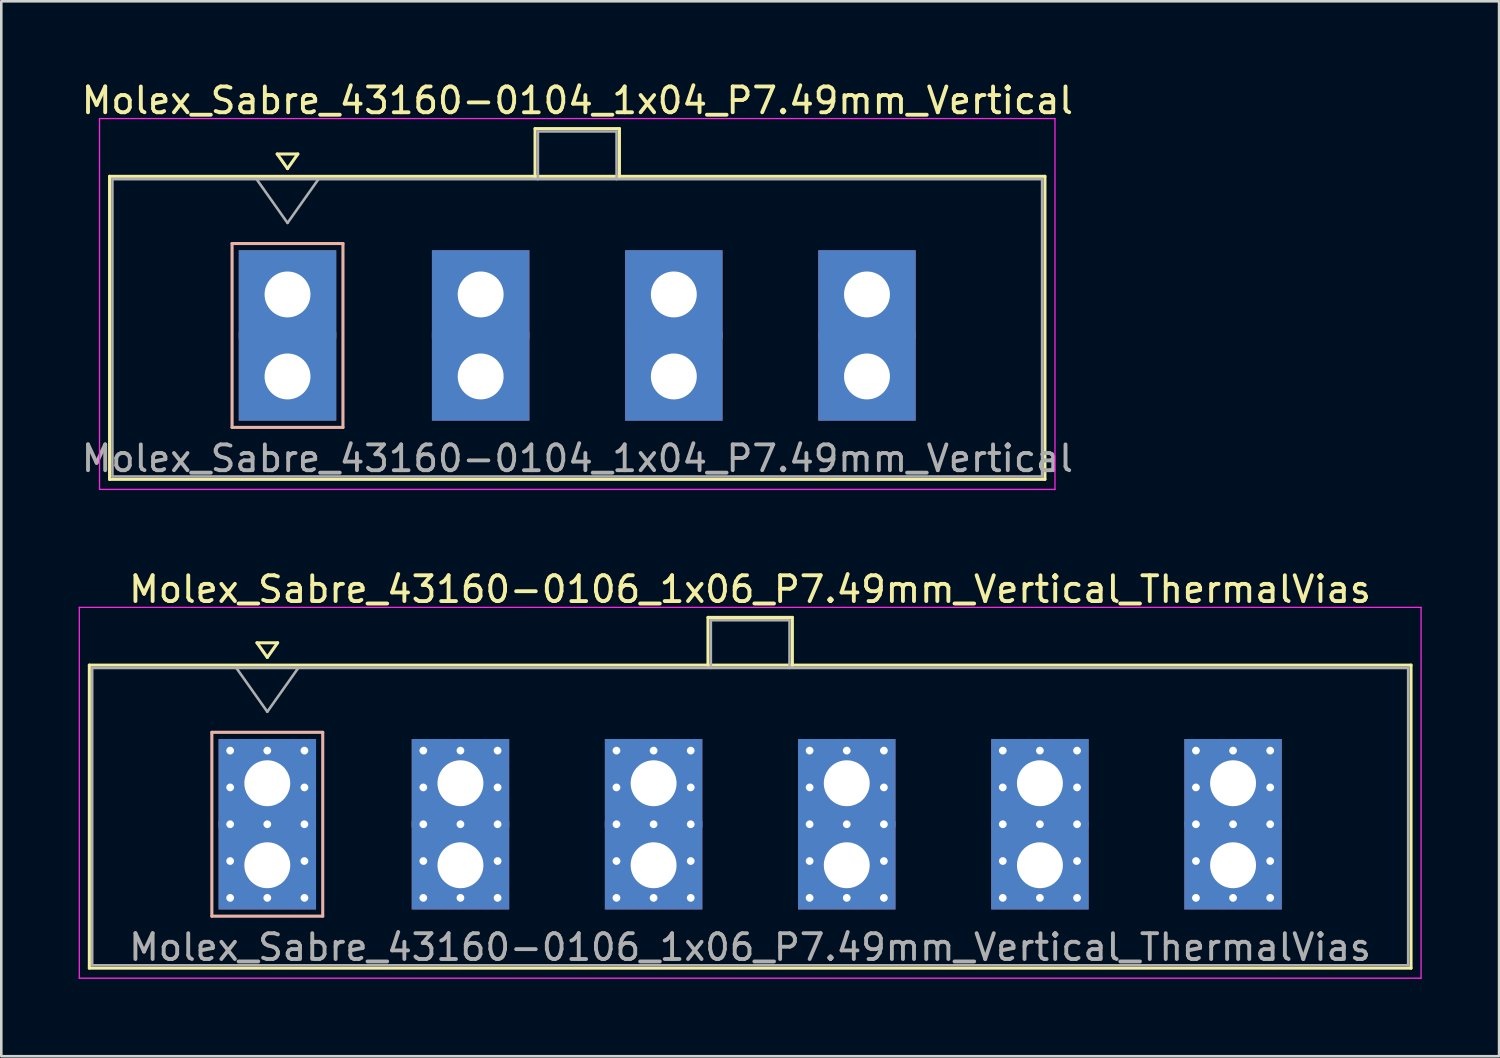
<source format=kicad_pcb>
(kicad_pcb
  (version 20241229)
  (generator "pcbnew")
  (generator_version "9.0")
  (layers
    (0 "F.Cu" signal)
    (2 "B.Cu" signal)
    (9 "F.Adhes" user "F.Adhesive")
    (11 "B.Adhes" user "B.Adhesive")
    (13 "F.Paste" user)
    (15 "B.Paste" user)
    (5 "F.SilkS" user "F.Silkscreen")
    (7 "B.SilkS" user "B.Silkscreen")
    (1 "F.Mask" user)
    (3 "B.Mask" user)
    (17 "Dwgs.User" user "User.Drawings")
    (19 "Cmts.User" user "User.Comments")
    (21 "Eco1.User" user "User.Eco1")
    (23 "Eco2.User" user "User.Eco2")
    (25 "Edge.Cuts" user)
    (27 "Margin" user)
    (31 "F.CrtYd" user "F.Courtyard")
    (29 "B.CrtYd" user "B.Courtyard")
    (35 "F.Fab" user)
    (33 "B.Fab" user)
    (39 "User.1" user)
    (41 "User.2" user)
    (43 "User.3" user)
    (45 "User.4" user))
  (footprint "Molex_Sabre_43160-0106_1x06_P7.49mm_Vertical_ThermalVias"
    (layer "F.Cu")
    (at 7.315 30.502)
    (property "Reference" "Molex_Sabre_43160-0106_1x06_P7.49mm_Vertical_ThermalVias" (at 18.72 -10.7 0) (layer "F.SilkS") (effects (font (size 1 1) (thickness 0.15))))
    (attr through_hole)
    (fp_line (start -6.9 -7.76) (end -6.9 3.99) (stroke (width 0.12) (type solid)) (layer "F.SilkS"))
    (fp_line (start -6.9 3.99) (end 44.35 3.99) (stroke (width 0.12) (type solid)) (layer "F.SilkS"))
    (fp_line (start -0.4 -8.626) (end 0 -8.06) (stroke (width 0.12) (type solid)) (layer "F.SilkS"))
    (fp_line (start 0 -8.06) (end 0.4 -8.626) (stroke (width 0.12) (type solid)) (layer "F.SilkS"))
    (fp_line (start 0.4 -8.626) (end -0.4 -8.626) (stroke (width 0.12) (type solid)) (layer "F.SilkS"))
    (fp_line (start 17.09 -9.61) (end 20.36 -9.61) (stroke (width 0.12) (type solid)) (layer "F.SilkS"))
    (fp_line (start 17.09 -7.76) (end 17.09 -9.61) (stroke (width 0.12) (type solid)) (layer "F.SilkS"))
    (fp_line (start 20.36 -9.61) (end 20.36 -7.76) (stroke (width 0.12) (type solid)) (layer "F.SilkS"))
    (fp_line (start 44.35 -7.76) (end -6.9 -7.76) (stroke (width 0.12) (type solid)) (layer "F.SilkS"))
    (fp_line (start 44.35 3.99) (end 44.35 -7.76) (stroke (width 0.12) (type solid)) (layer "F.SilkS"))
    (fp_line (start -2.15 -5.155) (end -2.15 1.975) (stroke (width 0.12) (type solid)) (layer "B.SilkS"))
    (fp_line (start -2.15 1.975) (end 2.15 1.975) (stroke (width 0.12) (type solid)) (layer "B.SilkS"))
    (fp_line (start 2.15 -5.155) (end -2.15 -5.155) (stroke (width 0.12) (type solid)) (layer "B.SilkS"))
    (fp_line (start 2.15 1.975) (end 2.15 -5.155) (stroke (width 0.12) (type solid)) (layer "B.SilkS"))
    (fp_line (start -7.29 -10) (end -7.29 4.38) (stroke (width 0.05) (type solid)) (layer "F.CrtYd"))
    (fp_line (start -7.29 4.38) (end 44.74 4.38) (stroke (width 0.05) (type solid)) (layer "F.CrtYd"))
    (fp_line (start 44.74 -10) (end -7.29 -10) (stroke (width 0.05) (type solid)) (layer "F.CrtYd"))
    (fp_line (start 44.74 4.38) (end 44.74 -10) (stroke (width 0.05) (type solid)) (layer "F.CrtYd"))
    (fp_line (start -6.79 -7.65) (end -6.79 3.88) (stroke (width 0.1) (type solid)) (layer "F.Fab"))
    (fp_line (start -6.79 3.88) (end 44.24 3.88) (stroke (width 0.1) (type solid)) (layer "F.Fab"))
    (fp_line (start -1.2 -7.65) (end 0 -5.953) (stroke (width 0.1) (type solid)) (layer "F.Fab"))
    (fp_line (start 0 -5.953) (end 1.2 -7.65) (stroke (width 0.1) (type solid)) (layer "F.Fab"))
    (fp_line (start 17.2 -9.5) (end 20.25 -9.5) (stroke (width 0.1) (type solid)) (layer "F.Fab"))
    (fp_line (start 17.2 -7.65) (end 17.2 -9.5) (stroke (width 0.1) (type solid)) (layer "F.Fab"))
    (fp_line (start 20.25 -9.5) (end 20.25 -7.65) (stroke (width 0.1) (type solid)) (layer "F.Fab"))
    (fp_line (start 44.24 -7.65) (end -6.79 -7.65) (stroke (width 0.1) (type solid)) (layer "F.Fab"))
    (fp_line (start 44.24 3.88) (end 44.24 -7.65) (stroke (width 0.1) (type solid)) (layer "F.Fab"))
    (fp_text user "${REFERENCE}" (at 18.72 3.18 0) (layer "F.Fab") (effects (font (size 1 1) (thickness 0.15))))
    (pad "1" thru_hole rect (at -1.44 -4.445) (size 0.6 0.6) (drill 0.3) (layers "*.Cu" "*.Mask"))
    (pad "1" thru_hole rect (at -1.44 -3.018) (size 0.6 0.6) (drill 0.3) (layers "*.Cu" "*.Mask"))
    (pad "1" thru_hole rect (at -1.44 -1.59) (size 0.6 0.6) (drill 0.3) (layers "*.Cu" "*.Mask"))
    (pad "1" thru_hole rect (at -1.44 -0.163) (size 0.6 0.6) (drill 0.3) (layers "*.Cu" "*.Mask"))
    (pad "1" thru_hole rect (at -1.44 1.265) (size 0.6 0.6) (drill 0.3) (layers "*.Cu" "*.Mask"))
    (pad "1" thru_hole rect (at 0 -4.445) (size 0.6 0.6) (drill 0.3) (layers "*.Cu" "*.Mask"))
    (pad "1" thru_hole rect (at 0 -3.18) (size 3.78 3.43) (drill 1.78) (layers "*.Cu" "*.Mask"))
    (pad "1" thru_hole rect (at 0 -1.59) (size 0.6 0.6) (drill 0.3) (layers "*.Cu" "*.Mask"))
    (pad "1" thru_hole rect (at 0 0) (size 3.78 3.43) (drill 1.78) (layers "*.Cu" "*.Mask"))
    (pad "1" thru_hole rect (at 0 1.265) (size 0.6 0.6) (drill 0.3) (layers "*.Cu" "*.Mask"))
    (pad "1" thru_hole rect (at 1.44 -4.445) (size 0.6 0.6) (drill 0.3) (layers "*.Cu" "*.Mask"))
    (pad "1" thru_hole rect (at 1.44 -3.018) (size 0.6 0.6) (drill 0.3) (layers "*.Cu" "*.Mask"))
    (pad "1" thru_hole rect (at 1.44 -1.59) (size 0.6 0.6) (drill 0.3) (layers "*.Cu" "*.Mask"))
    (pad "1" thru_hole rect (at 1.44 -0.163) (size 0.6 0.6) (drill 0.3) (layers "*.Cu" "*.Mask"))
    (pad "1" thru_hole rect (at 1.44 1.265) (size 0.6 0.6) (drill 0.3) (layers "*.Cu" "*.Mask"))
    (pad "2" thru_hole circle (at 6.05 -4.445) (size 0.6 0.6) (drill 0.3) (layers "*.Cu" "*.Mask"))
    (pad "2" thru_hole circle (at 6.05 -3.018) (size 0.6 0.6) (drill 0.3) (layers "*.Cu" "*.Mask"))
    (pad "2" thru_hole circle (at 6.05 -1.59) (size 0.6 0.6) (drill 0.3) (layers "*.Cu" "*.Mask"))
    (pad "2" thru_hole circle (at 6.05 -0.163) (size 0.6 0.6) (drill 0.3) (layers "*.Cu" "*.Mask"))
    (pad "2" thru_hole circle (at 6.05 1.265) (size 0.6 0.6) (drill 0.3) (layers "*.Cu" "*.Mask"))
    (pad "2" thru_hole circle (at 7.49 -4.445) (size 0.6 0.6) (drill 0.3) (layers "*.Cu" "*.Mask"))
    (pad "2" thru_hole rect (at 7.49 -3.18) (size 3.78 3.43) (drill 1.78) (layers "*.Cu" "*.Mask"))
    (pad "2" thru_hole circle (at 7.49 -1.59) (size 0.6 0.6) (drill 0.3) (layers "*.Cu" "*.Mask"))
    (pad "2" thru_hole rect (at 7.49 0) (size 3.78 3.43) (drill 1.78) (layers "*.Cu" "*.Mask"))
    (pad "2" thru_hole circle (at 7.49 1.265) (size 0.6 0.6) (drill 0.3) (layers "*.Cu" "*.Mask"))
    (pad "2" thru_hole circle (at 8.93 -4.445) (size 0.6 0.6) (drill 0.3) (layers "*.Cu" "*.Mask"))
    (pad "2" thru_hole circle (at 8.93 -3.018) (size 0.6 0.6) (drill 0.3) (layers "*.Cu" "*.Mask"))
    (pad "2" thru_hole circle (at 8.93 -1.59) (size 0.6 0.6) (drill 0.3) (layers "*.Cu" "*.Mask"))
    (pad "2" thru_hole circle (at 8.93 -0.163) (size 0.6 0.6) (drill 0.3) (layers "*.Cu" "*.Mask"))
    (pad "2" thru_hole circle (at 8.93 1.265) (size 0.6 0.6) (drill 0.3) (layers "*.Cu" "*.Mask"))
    (pad "3" thru_hole circle (at 13.54 -4.445) (size 0.6 0.6) (drill 0.3) (layers "*.Cu" "*.Mask"))
    (pad "3" thru_hole circle (at 13.54 -3.018) (size 0.6 0.6) (drill 0.3) (layers "*.Cu" "*.Mask"))
    (pad "3" thru_hole circle (at 13.54 -1.59) (size 0.6 0.6) (drill 0.3) (layers "*.Cu" "*.Mask"))
    (pad "3" thru_hole circle (at 13.54 -0.163) (size 0.6 0.6) (drill 0.3) (layers "*.Cu" "*.Mask"))
    (pad "3" thru_hole circle (at 13.54 1.265) (size 0.6 0.6) (drill 0.3) (layers "*.Cu" "*.Mask"))
    (pad "3" thru_hole circle (at 14.98 -4.445) (size 0.6 0.6) (drill 0.3) (layers "*.Cu" "*.Mask"))
    (pad "3" thru_hole rect (at 14.98 -3.18) (size 3.78 3.43) (drill 1.78) (layers "*.Cu" "*.Mask"))
    (pad "3" thru_hole circle (at 14.98 -1.59) (size 0.6 0.6) (drill 0.3) (layers "*.Cu" "*.Mask"))
    (pad "3" thru_hole rect (at 14.98 0) (size 3.78 3.43) (drill 1.78) (layers "*.Cu" "*.Mask"))
    (pad "3" thru_hole circle (at 14.98 1.265) (size 0.6 0.6) (drill 0.3) (layers "*.Cu" "*.Mask"))
    (pad "3" thru_hole circle (at 16.42 -4.445) (size 0.6 0.6) (drill 0.3) (layers "*.Cu" "*.Mask"))
    (pad "3" thru_hole circle (at 16.42 -3.018) (size 0.6 0.6) (drill 0.3) (layers "*.Cu" "*.Mask"))
    (pad "3" thru_hole circle (at 16.42 -1.59) (size 0.6 0.6) (drill 0.3) (layers "*.Cu" "*.Mask"))
    (pad "3" thru_hole circle (at 16.42 -0.163) (size 0.6 0.6) (drill 0.3) (layers "*.Cu" "*.Mask"))
    (pad "3" thru_hole circle (at 16.42 1.265) (size 0.6 0.6) (drill 0.3) (layers "*.Cu" "*.Mask"))
    (pad "4" thru_hole circle (at 21.03 -4.445) (size 0.6 0.6) (drill 0.3) (layers "*.Cu" "*.Mask"))
    (pad "4" thru_hole circle (at 21.03 -3.018) (size 0.6 0.6) (drill 0.3) (layers "*.Cu" "*.Mask"))
    (pad "4" thru_hole circle (at 21.03 -1.59) (size 0.6 0.6) (drill 0.3) (layers "*.Cu" "*.Mask"))
    (pad "4" thru_hole circle (at 21.03 -0.163) (size 0.6 0.6) (drill 0.3) (layers "*.Cu" "*.Mask"))
    (pad "4" thru_hole circle (at 21.03 1.265) (size 0.6 0.6) (drill 0.3) (layers "*.Cu" "*.Mask"))
    (pad "4" thru_hole circle (at 22.47 -4.445) (size 0.6 0.6) (drill 0.3) (layers "*.Cu" "*.Mask"))
    (pad "4" thru_hole rect (at 22.47 -3.18) (size 3.78 3.43) (drill 1.78) (layers "*.Cu" "*.Mask"))
    (pad "4" thru_hole circle (at 22.47 -1.59) (size 0.6 0.6) (drill 0.3) (layers "*.Cu" "*.Mask"))
    (pad "4" thru_hole rect (at 22.47 0) (size 3.78 3.43) (drill 1.78) (layers "*.Cu" "*.Mask"))
    (pad "4" thru_hole circle (at 22.47 1.265) (size 0.6 0.6) (drill 0.3) (layers "*.Cu" "*.Mask"))
    (pad "4" thru_hole circle (at 23.91 -4.445) (size 0.6 0.6) (drill 0.3) (layers "*.Cu" "*.Mask"))
    (pad "4" thru_hole circle (at 23.91 -3.018) (size 0.6 0.6) (drill 0.3) (layers "*.Cu" "*.Mask"))
    (pad "4" thru_hole circle (at 23.91 -1.59) (size 0.6 0.6) (drill 0.3) (layers "*.Cu" "*.Mask"))
    (pad "4" thru_hole circle (at 23.91 -0.163) (size 0.6 0.6) (drill 0.3) (layers "*.Cu" "*.Mask"))
    (pad "4" thru_hole circle (at 23.91 1.265) (size 0.6 0.6) (drill 0.3) (layers "*.Cu" "*.Mask"))
    (pad "5" thru_hole circle (at 28.52 -4.445) (size 0.6 0.6) (drill 0.3) (layers "*.Cu" "*.Mask"))
    (pad "5" thru_hole circle (at 28.52 -3.018) (size 0.6 0.6) (drill 0.3) (layers "*.Cu" "*.Mask"))
    (pad "5" thru_hole circle (at 28.52 -1.59) (size 0.6 0.6) (drill 0.3) (layers "*.Cu" "*.Mask"))
    (pad "5" thru_hole circle (at 28.52 -0.163) (size 0.6 0.6) (drill 0.3) (layers "*.Cu" "*.Mask"))
    (pad "5" thru_hole circle (at 28.52 1.265) (size 0.6 0.6) (drill 0.3) (layers "*.Cu" "*.Mask"))
    (pad "5" thru_hole circle (at 29.96 -4.445) (size 0.6 0.6) (drill 0.3) (layers "*.Cu" "*.Mask"))
    (pad "5" thru_hole rect (at 29.96 -3.18) (size 3.78 3.43) (drill 1.78) (layers "*.Cu" "*.Mask"))
    (pad "5" thru_hole circle (at 29.96 -1.59) (size 0.6 0.6) (drill 0.3) (layers "*.Cu" "*.Mask"))
    (pad "5" thru_hole rect (at 29.96 0) (size 3.78 3.43) (drill 1.78) (layers "*.Cu" "*.Mask"))
    (pad "5" thru_hole circle (at 29.96 1.265) (size 0.6 0.6) (drill 0.3) (layers "*.Cu" "*.Mask"))
    (pad "5" thru_hole circle (at 31.4 -4.445) (size 0.6 0.6) (drill 0.3) (layers "*.Cu" "*.Mask"))
    (pad "5" thru_hole circle (at 31.4 -3.018) (size 0.6 0.6) (drill 0.3) (layers "*.Cu" "*.Mask"))
    (pad "5" thru_hole circle (at 31.4 -1.59) (size 0.6 0.6) (drill 0.3) (layers "*.Cu" "*.Mask"))
    (pad "5" thru_hole circle (at 31.4 -0.163) (size 0.6 0.6) (drill 0.3) (layers "*.Cu" "*.Mask"))
    (pad "5" thru_hole circle (at 31.4 1.265) (size 0.6 0.6) (drill 0.3) (layers "*.Cu" "*.Mask"))
    (pad "6" thru_hole circle (at 36.01 -4.445) (size 0.6 0.6) (drill 0.3) (layers "*.Cu" "*.Mask"))
    (pad "6" thru_hole circle (at 36.01 -3.018) (size 0.6 0.6) (drill 0.3) (layers "*.Cu" "*.Mask"))
    (pad "6" thru_hole circle (at 36.01 -1.59) (size 0.6 0.6) (drill 0.3) (layers "*.Cu" "*.Mask"))
    (pad "6" thru_hole circle (at 36.01 -0.163) (size 0.6 0.6) (drill 0.3) (layers "*.Cu" "*.Mask"))
    (pad "6" thru_hole circle (at 36.01 1.265) (size 0.6 0.6) (drill 0.3) (layers "*.Cu" "*.Mask"))
    (pad "6" thru_hole circle (at 37.45 -4.445) (size 0.6 0.6) (drill 0.3) (layers "*.Cu" "*.Mask"))
    (pad "6" thru_hole rect (at 37.45 -3.18) (size 3.78 3.43) (drill 1.78) (layers "*.Cu" "*.Mask"))
    (pad "6" thru_hole circle (at 37.45 -1.59) (size 0.6 0.6) (drill 0.3) (layers "*.Cu" "*.Mask"))
    (pad "6" thru_hole rect (at 37.45 0) (size 3.78 3.43) (drill 1.78) (layers "*.Cu" "*.Mask"))
    (pad "6" thru_hole circle (at 37.45 1.265) (size 0.6 0.6) (drill 0.3) (layers "*.Cu" "*.Mask"))
    (pad "6" thru_hole circle (at 38.89 -4.445) (size 0.6 0.6) (drill 0.3) (layers "*.Cu" "*.Mask"))
    (pad "6" thru_hole circle (at 38.89 -3.018) (size 0.6 0.6) (drill 0.3) (layers "*.Cu" "*.Mask"))
    (pad "6" thru_hole circle (at 38.89 -1.59) (size 0.6 0.6) (drill 0.3) (layers "*.Cu" "*.Mask"))
    (pad "6" thru_hole circle (at 38.89 -0.163) (size 0.6 0.6) (drill 0.3) (layers "*.Cu" "*.Mask"))
    (pad "6" thru_hole circle (at 38.89 1.265) (size 0.6 0.6) (drill 0.3) (layers "*.Cu" "*.Mask")))
  (footprint "Molex_Sabre_43160-0104_1x04_P7.49mm_Vertical"
    (layer "F.Cu")
    (at 8.099 11.548)
    (property "Reference" "Molex_Sabre_43160-0104_1x04_P7.49mm_Vertical" (at 11.24 -10.7 0) (layer "F.SilkS") (effects (font (size 1 1) (thickness 0.15))))
    (attr through_hole)
    (fp_line (start -6.9 -7.76) (end -6.9 3.99) (stroke (width 0.12) (type solid)) (layer "F.SilkS"))
    (fp_line (start -6.9 3.99) (end 29.37 3.99) (stroke (width 0.12) (type solid)) (layer "F.SilkS"))
    (fp_line (start -0.4 -8.626) (end 0 -8.06) (stroke (width 0.12) (type solid)) (layer "F.SilkS"))
    (fp_line (start 0 -8.06) (end 0.4 -8.626) (stroke (width 0.12) (type solid)) (layer "F.SilkS"))
    (fp_line (start 0.4 -8.626) (end -0.4 -8.626) (stroke (width 0.12) (type solid)) (layer "F.SilkS"))
    (fp_line (start 9.6 -9.61) (end 12.87 -9.61) (stroke (width 0.12) (type solid)) (layer "F.SilkS"))
    (fp_line (start 9.6 -7.76) (end 9.6 -9.61) (stroke (width 0.12) (type solid)) (layer "F.SilkS"))
    (fp_line (start 12.87 -9.61) (end 12.87 -7.76) (stroke (width 0.12) (type solid)) (layer "F.SilkS"))
    (fp_line (start 29.37 -7.76) (end -6.9 -7.76) (stroke (width 0.12) (type solid)) (layer "F.SilkS"))
    (fp_line (start 29.37 3.99) (end 29.37 -7.76) (stroke (width 0.12) (type solid)) (layer "F.SilkS"))
    (fp_line (start -2.15 -5.155) (end -2.15 1.975) (stroke (width 0.12) (type solid)) (layer "B.SilkS"))
    (fp_line (start -2.15 1.975) (end 2.15 1.975) (stroke (width 0.12) (type solid)) (layer "B.SilkS"))
    (fp_line (start 2.15 -5.155) (end -2.15 -5.155) (stroke (width 0.12) (type solid)) (layer "B.SilkS"))
    (fp_line (start 2.15 1.975) (end 2.15 -5.155) (stroke (width 0.12) (type solid)) (layer "B.SilkS"))
    (fp_line (start -7.29 -10) (end -7.29 4.38) (stroke (width 0.05) (type solid)) (layer "F.CrtYd"))
    (fp_line (start -7.29 4.38) (end 29.76 4.38) (stroke (width 0.05) (type solid)) (layer "F.CrtYd"))
    (fp_line (start 29.76 -10) (end -7.29 -10) (stroke (width 0.05) (type solid)) (layer "F.CrtYd"))
    (fp_line (start 29.76 4.38) (end 29.76 -10) (stroke (width 0.05) (type solid)) (layer "F.CrtYd"))
    (fp_line (start -6.79 -7.65) (end -6.79 3.88) (stroke (width 0.1) (type solid)) (layer "F.Fab"))
    (fp_line (start -6.79 3.88) (end 29.26 3.88) (stroke (width 0.1) (type solid)) (layer "F.Fab"))
    (fp_line (start -1.2 -7.65) (end 0 -5.953) (stroke (width 0.1) (type solid)) (layer "F.Fab"))
    (fp_line (start 0 -5.953) (end 1.2 -7.65) (stroke (width 0.1) (type solid)) (layer "F.Fab"))
    (fp_line (start 9.71 -9.5) (end 12.76 -9.5) (stroke (width 0.1) (type solid)) (layer "F.Fab"))
    (fp_line (start 9.71 -7.65) (end 9.71 -9.5) (stroke (width 0.1) (type solid)) (layer "F.Fab"))
    (fp_line (start 12.76 -9.5) (end 12.76 -7.65) (stroke (width 0.1) (type solid)) (layer "F.Fab"))
    (fp_line (start 29.26 -7.65) (end -6.79 -7.65) (stroke (width 0.1) (type solid)) (layer "F.Fab"))
    (fp_line (start 29.26 3.88) (end 29.26 -7.65) (stroke (width 0.1) (type solid)) (layer "F.Fab"))
    (fp_text user "${REFERENCE}" (at 11.24 3.18 0) (layer "F.Fab") (effects (font (size 1 1) (thickness 0.15))))
    (pad "1" thru_hole rect (at 0 -3.18) (size 3.78 3.43) (drill 1.78) (layers "*.Cu" "*.Mask"))
    (pad "1" thru_hole rect (at 0 0) (size 3.78 3.43) (drill 1.78) (layers "*.Cu" "*.Mask"))
    (pad "2" thru_hole rect (at 7.49 -3.18) (size 3.78 3.43) (drill 1.78) (layers "*.Cu" "*.Mask"))
    (pad "2" thru_hole rect (at 7.49 0) (size 3.78 3.43) (drill 1.78) (layers "*.Cu" "*.Mask"))
    (pad "3" thru_hole rect (at 14.98 -3.18) (size 3.78 3.43) (drill 1.78) (layers "*.Cu" "*.Mask"))
    (pad "3" thru_hole rect (at 14.98 0) (size 3.78 3.43) (drill 1.78) (layers "*.Cu" "*.Mask"))
    (pad "4" thru_hole rect (at 22.47 -3.18) (size 3.78 3.43) (drill 1.78) (layers "*.Cu" "*.Mask"))
    (pad "4" thru_hole rect (at 22.47 0) (size 3.78 3.43) (drill 1.78) (layers "*.Cu" "*.Mask")))
  (gr_rect
    (start -3 -3)
    (end 55.08 37.907)
    (stroke (width 0.1) (type default))
    (fill no)
    (layer "Edge.Cuts")))
</source>
